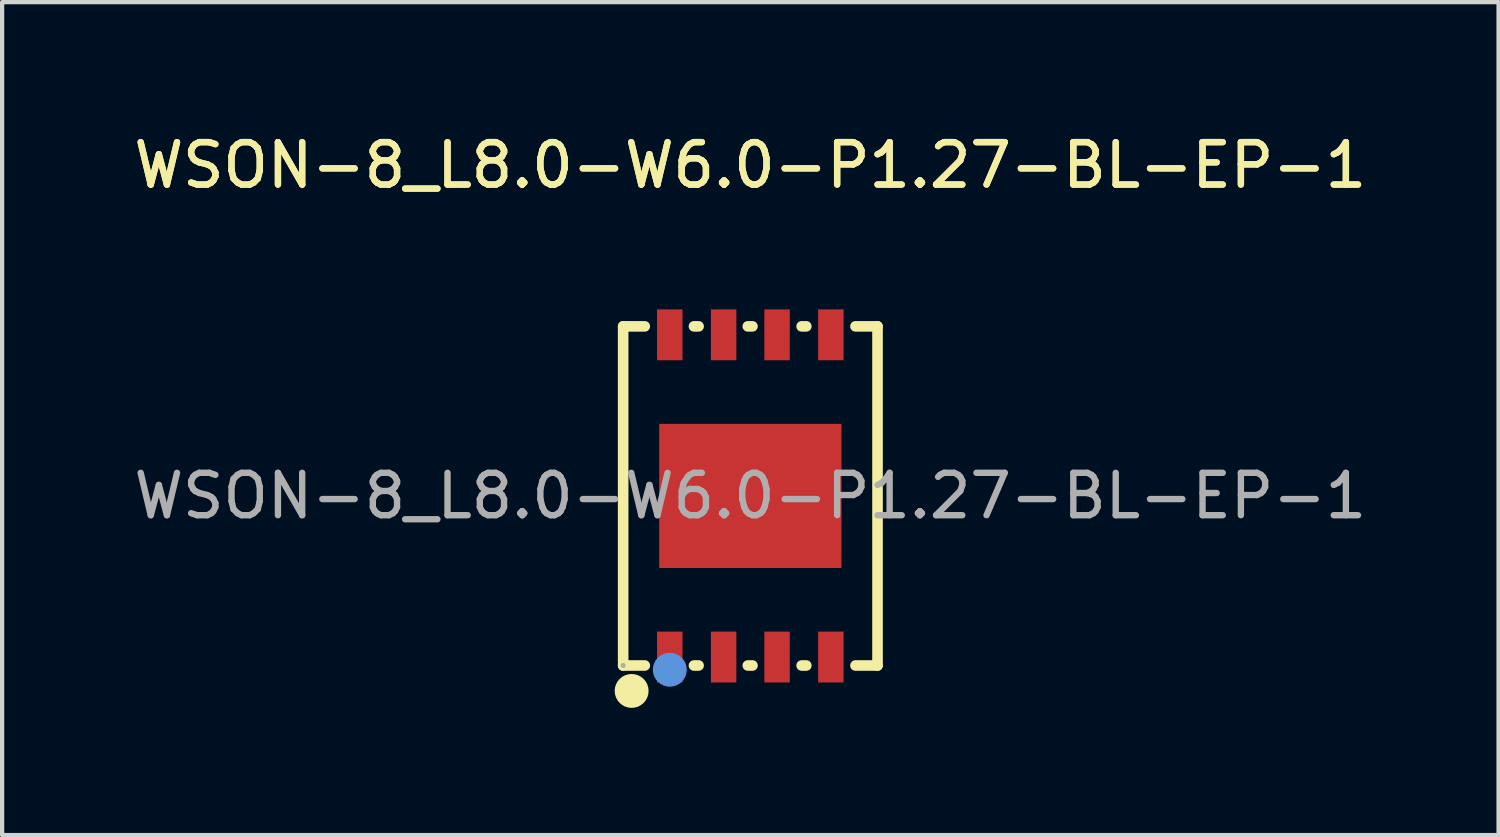
<source format=kicad_pcb>
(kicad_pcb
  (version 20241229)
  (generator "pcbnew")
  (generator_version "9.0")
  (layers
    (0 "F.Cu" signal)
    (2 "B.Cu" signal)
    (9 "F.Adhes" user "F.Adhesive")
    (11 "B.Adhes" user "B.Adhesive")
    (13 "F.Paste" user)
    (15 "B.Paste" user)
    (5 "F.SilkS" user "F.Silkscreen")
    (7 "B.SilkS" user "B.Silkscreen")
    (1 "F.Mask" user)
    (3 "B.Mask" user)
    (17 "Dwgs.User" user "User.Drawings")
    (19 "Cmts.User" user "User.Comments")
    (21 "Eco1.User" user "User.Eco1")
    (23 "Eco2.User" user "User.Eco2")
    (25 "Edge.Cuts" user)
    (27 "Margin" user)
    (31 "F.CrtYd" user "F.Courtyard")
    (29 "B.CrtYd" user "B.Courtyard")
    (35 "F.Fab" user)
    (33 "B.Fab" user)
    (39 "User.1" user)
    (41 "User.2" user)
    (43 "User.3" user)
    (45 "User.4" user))
  (footprint "WSON-8_L8.0-W6.0-P1.27-BL-EP-1"
    (layer "F.Cu")
    (at 14.649 8.648)
    (property "Reference" "WSON-8_L8.0-W6.0-P1.27-BL-EP-1" (at 0 -7.8 0) (layer "F.SilkS") (effects (font (size 1 1) (thickness 0.15))))
    (attr smd)
    (fp_line (start -3 -4) (end -2.49 -4) (stroke (width 0.25) (type solid)) (layer "F.SilkS"))
    (fp_line (start -3 4) (end -3 -4) (stroke (width 0.25) (type solid)) (layer "F.SilkS"))
    (fp_line (start -2.49 4) (end -3 4) (stroke (width 0.25) (type solid)) (layer "F.SilkS"))
    (fp_line (start -1.33 -4) (end -1.22 -4) (stroke (width 0.25) (type solid)) (layer "F.SilkS"))
    (fp_line (start -1.22 4) (end -1.33 4) (stroke (width 0.25) (type solid)) (layer "F.SilkS"))
    (fp_line (start -0.06 -4) (end 0.05 -4) (stroke (width 0.25) (type solid)) (layer "F.SilkS"))
    (fp_line (start 0.05 4) (end -0.06 4) (stroke (width 0.25) (type solid)) (layer "F.SilkS"))
    (fp_line (start 1.21 -4) (end 1.32 -4) (stroke (width 0.25) (type solid)) (layer "F.SilkS"))
    (fp_line (start 1.32 4) (end 1.21 4) (stroke (width 0.25) (type solid)) (layer "F.SilkS"))
    (fp_line (start 2.48 -4) (end 3 -4) (stroke (width 0.25) (type solid)) (layer "F.SilkS"))
    (fp_line (start 3 -4) (end 3 4) (stroke (width 0.25) (type solid)) (layer "F.SilkS"))
    (fp_line (start 3 4) (end 2.48 4) (stroke (width 0.25) (type solid)) (layer "F.SilkS"))
    (fp_circle (center -2.8 4.6) (end -2.6 4.6) (stroke (width 0.4) (type solid)) (fill no) (layer "F.SilkS"))
    (fp_circle (center -1.9 4.1) (end -1.7 4.1) (stroke (width 0.4) (type solid)) (fill no) (layer "Cmts.User"))
    (fp_circle (center -3 4) (end -2.97 4) (stroke (width 0.06) (type solid)) (fill no) (layer "F.Fab"))
    (fp_text user "${REFERENCE}" (at 0 -7.8 0) (layer "F.SilkS") (effects (font (size 1 1) (thickness 0.15))))
    (fp_text user "${REFERENCE}" (at 0 0 0) (layer "F.Fab") (effects (font (size 1 1) (thickness 0.15))))
    (pad "1" smd rect (at -1.9 3.8) (size 0.6 1.2) (layers "F.Cu" "F.Mask" "F.Paste"))
    (pad "2" smd rect (at -0.63 3.8) (size 0.6 1.2) (layers "F.Cu" "F.Mask" "F.Paste"))
    (pad "3" smd rect (at 0.63 3.8) (size 0.6 1.2) (layers "F.Cu" "F.Mask" "F.Paste"))
    (pad "4" smd rect (at 1.9 3.8) (size 0.6 1.2) (layers "F.Cu" "F.Mask" "F.Paste"))
    (pad "5" smd rect (at 1.9 -3.8) (size 0.6 1.2) (layers "F.Cu" "F.Mask" "F.Paste"))
    (pad "6" smd rect (at 0.63 -3.8) (size 0.6 1.2) (layers "F.Cu" "F.Mask" "F.Paste"))
    (pad "7" smd rect (at -0.63 -3.8) (size 0.6 1.2) (layers "F.Cu" "F.Mask" "F.Paste"))
    (pad "8" smd rect (at -1.9 -3.8) (size 0.6 1.2) (layers "F.Cu" "F.Mask" "F.Paste"))
    (pad "9" smd rect (at 0 0) (size 4.3 3.4) (layers "F.Cu" "F.Mask" "F.Paste")))
  (gr_rect
    (start -3 -3)
    (end 32.298 16.648)
    (stroke (width 0.1) (type default))
    (fill no)
    (layer "Edge.Cuts")))
</source>
